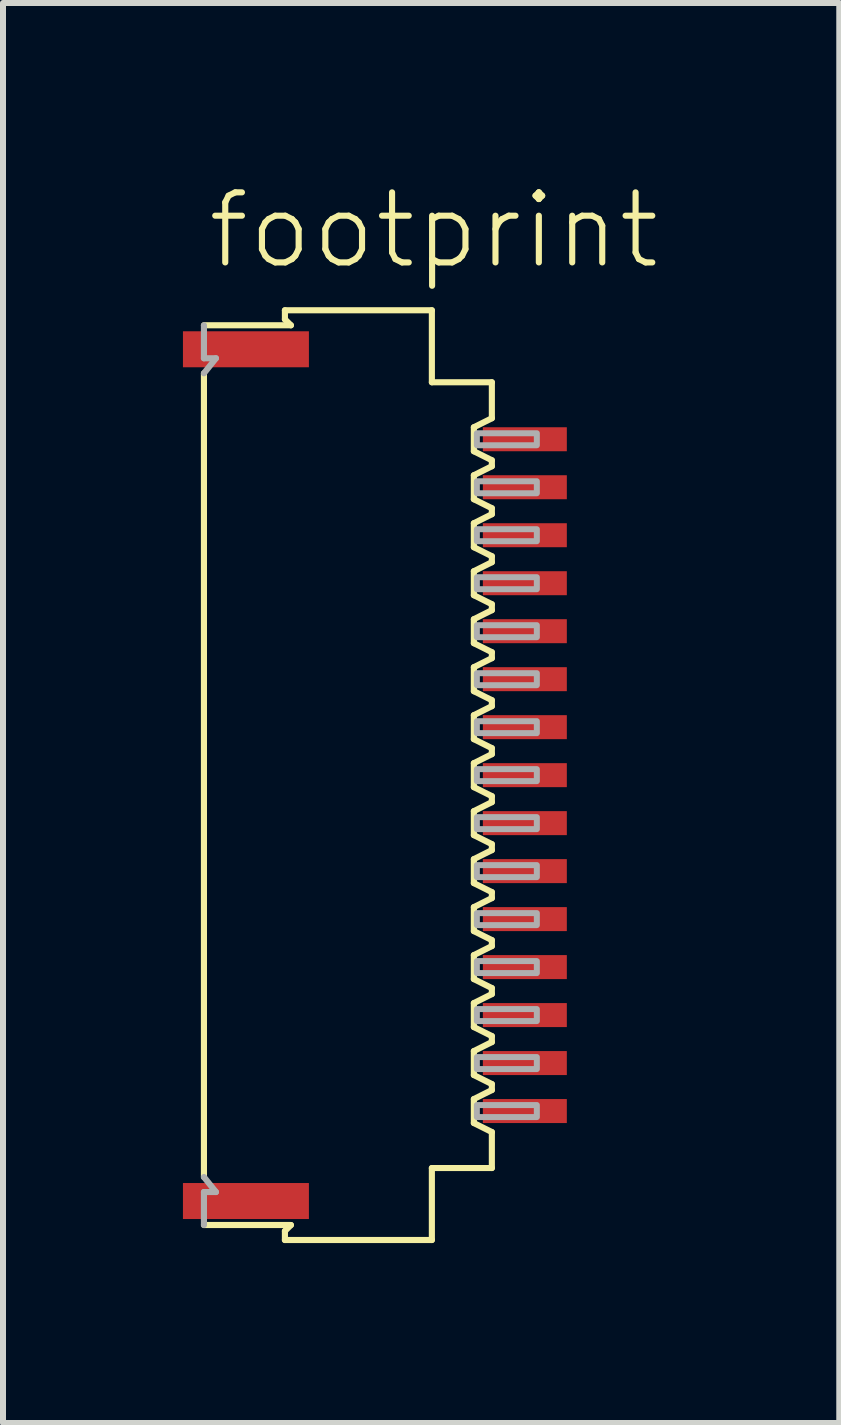
<source format=kicad_pcb>
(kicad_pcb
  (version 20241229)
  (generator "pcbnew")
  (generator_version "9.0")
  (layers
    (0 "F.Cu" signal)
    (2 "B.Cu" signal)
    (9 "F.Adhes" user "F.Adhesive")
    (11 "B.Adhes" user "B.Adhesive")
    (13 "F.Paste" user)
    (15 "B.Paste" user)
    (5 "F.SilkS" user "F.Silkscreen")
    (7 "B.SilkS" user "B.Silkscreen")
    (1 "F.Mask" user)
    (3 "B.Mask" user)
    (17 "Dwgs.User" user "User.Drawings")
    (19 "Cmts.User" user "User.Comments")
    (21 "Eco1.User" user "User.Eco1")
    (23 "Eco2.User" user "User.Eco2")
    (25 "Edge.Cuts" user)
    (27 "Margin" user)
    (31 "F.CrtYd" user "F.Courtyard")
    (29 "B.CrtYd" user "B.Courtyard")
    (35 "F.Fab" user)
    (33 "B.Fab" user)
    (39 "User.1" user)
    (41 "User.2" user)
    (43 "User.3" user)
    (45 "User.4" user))
  (footprint "footprint"
    (layer "F.Cu")
    (at 3.16 9.873)
    (property "Reference" "footprint" (at -2.8 -8.4 0) (layer "F.SilkS") (effects (font (size 1.168 1.168) (thickness 0.102)) (justify left bottom)))
    (fp_line (start -2.81 -6.7) (end -2.81 6.7) (stroke (width 0.102) (type solid)) (layer "F.SilkS"))
    (fp_line (start -1.46 -7.75) (end -1.46 -7.6) (stroke (width 0.102) (type solid)) (layer "F.SilkS"))
    (fp_line (start -1.46 -7.6) (end -1.36 -7.5) (stroke (width 0.102) (type solid)) (layer "F.SilkS"))
    (fp_line (start -1.46 7.6) (end -1.46 7.75) (stroke (width 0.102) (type solid)) (layer "F.SilkS"))
    (fp_line (start -1.36 -7.5) (end -2.81 -7.5) (stroke (width 0.102) (type solid)) (layer "F.SilkS"))
    (fp_line (start -1.36 7.5) (end -2.81 7.5) (stroke (width 0.102) (type solid)) (layer "F.SilkS"))
    (fp_line (start -1.36 7.5) (end -1.46 7.6) (stroke (width 0.102) (type solid)) (layer "F.SilkS"))
    (fp_line (start 0.99 -7.75) (end -1.46 -7.75) (stroke (width 0.102) (type solid)) (layer "F.SilkS"))
    (fp_line (start 0.99 -6.55) (end 0.99 -7.75) (stroke (width 0.102) (type solid)) (layer "F.SilkS"))
    (fp_line (start 0.99 6.55) (end 1.99 6.55) (stroke (width 0.102) (type solid)) (layer "F.SilkS"))
    (fp_line (start 0.99 7.75) (end -1.46 7.75) (stroke (width 0.102) (type solid)) (layer "F.SilkS"))
    (fp_line (start 0.99 7.75) (end 0.99 6.55) (stroke (width 0.102) (type solid)) (layer "F.SilkS"))
    (fp_line (start 1.69 -5.8) (end 1.99 -5.95) (stroke (width 0.102) (type solid)) (layer "F.SilkS"))
    (fp_line (start 1.69 -5.4) (end 1.69 -5.8) (stroke (width 0.102) (type solid)) (layer "F.SilkS"))
    (fp_line (start 1.69 -5) (end 1.69 -4.6) (stroke (width 0.102) (type solid)) (layer "F.SilkS"))
    (fp_line (start 1.69 -4.6) (end 1.99 -4.45) (stroke (width 0.102) (type solid)) (layer "F.SilkS"))
    (fp_line (start 1.69 -3.8) (end 1.69 -4.2) (stroke (width 0.102) (type solid)) (layer "F.SilkS"))
    (fp_line (start 1.69 -3.4) (end 1.69 -3) (stroke (width 0.102) (type solid)) (layer "F.SilkS"))
    (fp_line (start 1.69 -3) (end 1.99 -2.85) (stroke (width 0.102) (type solid)) (layer "F.SilkS"))
    (fp_line (start 1.69 -2.2) (end 1.69 -2.6) (stroke (width 0.102) (type solid)) (layer "F.SilkS"))
    (fp_line (start 1.69 -1.8) (end 1.69 -1.4) (stroke (width 0.102) (type solid)) (layer "F.SilkS"))
    (fp_line (start 1.69 -1.4) (end 1.99 -1.25) (stroke (width 0.102) (type solid)) (layer "F.SilkS"))
    (fp_line (start 1.69 -0.6) (end 1.69 -1) (stroke (width 0.102) (type solid)) (layer "F.SilkS"))
    (fp_line (start 1.69 -0.2) (end 1.69 0.2) (stroke (width 0.102) (type solid)) (layer "F.SilkS"))
    (fp_line (start 1.69 0.2) (end 1.99 0.35) (stroke (width 0.102) (type solid)) (layer "F.SilkS"))
    (fp_line (start 1.69 1) (end 1.69 0.6) (stroke (width 0.102) (type solid)) (layer "F.SilkS"))
    (fp_line (start 1.69 1.4) (end 1.69 1.8) (stroke (width 0.102) (type solid)) (layer "F.SilkS"))
    (fp_line (start 1.69 1.8) (end 1.99 1.95) (stroke (width 0.102) (type solid)) (layer "F.SilkS"))
    (fp_line (start 1.69 2.6) (end 1.69 2.2) (stroke (width 0.102) (type solid)) (layer "F.SilkS"))
    (fp_line (start 1.69 3) (end 1.69 3.4) (stroke (width 0.102) (type solid)) (layer "F.SilkS"))
    (fp_line (start 1.69 3.4) (end 1.99 3.55) (stroke (width 0.102) (type solid)) (layer "F.SilkS"))
    (fp_line (start 1.69 4.2) (end 1.69 3.8) (stroke (width 0.102) (type solid)) (layer "F.SilkS"))
    (fp_line (start 1.69 4.6) (end 1.69 5) (stroke (width 0.102) (type solid)) (layer "F.SilkS"))
    (fp_line (start 1.69 5) (end 1.99 5.15) (stroke (width 0.102) (type solid)) (layer "F.SilkS"))
    (fp_line (start 1.69 5.8) (end 1.69 5.4) (stroke (width 0.102) (type solid)) (layer "F.SilkS"))
    (fp_line (start 1.69 5.8) (end 1.99 5.95) (stroke (width 0.102) (type solid)) (layer "F.SilkS"))
    (fp_line (start 1.99 -6.55) (end 0.99 -6.55) (stroke (width 0.102) (type solid)) (layer "F.SilkS"))
    (fp_line (start 1.99 -5.95) (end 1.99 -6.55) (stroke (width 0.102) (type solid)) (layer "F.SilkS"))
    (fp_line (start 1.99 -5.25) (end 1.69 -5.4) (stroke (width 0.102) (type solid)) (layer "F.SilkS"))
    (fp_line (start 1.99 -5.25) (end 1.99 -5.15) (stroke (width 0.102) (type solid)) (layer "F.SilkS"))
    (fp_line (start 1.99 -5.15) (end 1.69 -5) (stroke (width 0.102) (type solid)) (layer "F.SilkS"))
    (fp_line (start 1.99 -4.45) (end 1.99 -4.35) (stroke (width 0.102) (type solid)) (layer "F.SilkS"))
    (fp_line (start 1.99 -4.35) (end 1.69 -4.2) (stroke (width 0.102) (type solid)) (layer "F.SilkS"))
    (fp_line (start 1.99 -3.65) (end 1.69 -3.8) (stroke (width 0.102) (type solid)) (layer "F.SilkS"))
    (fp_line (start 1.99 -3.65) (end 1.99 -3.55) (stroke (width 0.102) (type solid)) (layer "F.SilkS"))
    (fp_line (start 1.99 -3.55) (end 1.69 -3.4) (stroke (width 0.102) (type solid)) (layer "F.SilkS"))
    (fp_line (start 1.99 -2.85) (end 1.99 -2.75) (stroke (width 0.102) (type solid)) (layer "F.SilkS"))
    (fp_line (start 1.99 -2.75) (end 1.69 -2.6) (stroke (width 0.102) (type solid)) (layer "F.SilkS"))
    (fp_line (start 1.99 -2.05) (end 1.69 -2.2) (stroke (width 0.102) (type solid)) (layer "F.SilkS"))
    (fp_line (start 1.99 -2.05) (end 1.99 -1.95) (stroke (width 0.102) (type solid)) (layer "F.SilkS"))
    (fp_line (start 1.99 -1.95) (end 1.69 -1.8) (stroke (width 0.102) (type solid)) (layer "F.SilkS"))
    (fp_line (start 1.99 -1.25) (end 1.99 -1.15) (stroke (width 0.102) (type solid)) (layer "F.SilkS"))
    (fp_line (start 1.99 -1.15) (end 1.69 -1) (stroke (width 0.102) (type solid)) (layer "F.SilkS"))
    (fp_line (start 1.99 -0.45) (end 1.69 -0.6) (stroke (width 0.102) (type solid)) (layer "F.SilkS"))
    (fp_line (start 1.99 -0.45) (end 1.99 -0.35) (stroke (width 0.102) (type solid)) (layer "F.SilkS"))
    (fp_line (start 1.99 -0.35) (end 1.69 -0.2) (stroke (width 0.102) (type solid)) (layer "F.SilkS"))
    (fp_line (start 1.99 0.35) (end 1.99 0.45) (stroke (width 0.102) (type solid)) (layer "F.SilkS"))
    (fp_line (start 1.99 0.45) (end 1.69 0.6) (stroke (width 0.102) (type solid)) (layer "F.SilkS"))
    (fp_line (start 1.99 1.15) (end 1.69 1) (stroke (width 0.102) (type solid)) (layer "F.SilkS"))
    (fp_line (start 1.99 1.15) (end 1.99 1.25) (stroke (width 0.102) (type solid)) (layer "F.SilkS"))
    (fp_line (start 1.99 1.25) (end 1.69 1.4) (stroke (width 0.102) (type solid)) (layer "F.SilkS"))
    (fp_line (start 1.99 1.95) (end 1.99 2.05) (stroke (width 0.102) (type solid)) (layer "F.SilkS"))
    (fp_line (start 1.99 2.05) (end 1.69 2.2) (stroke (width 0.102) (type solid)) (layer "F.SilkS"))
    (fp_line (start 1.99 2.75) (end 1.69 2.6) (stroke (width 0.102) (type solid)) (layer "F.SilkS"))
    (fp_line (start 1.99 2.75) (end 1.99 2.85) (stroke (width 0.102) (type solid)) (layer "F.SilkS"))
    (fp_line (start 1.99 2.85) (end 1.69 3) (stroke (width 0.102) (type solid)) (layer "F.SilkS"))
    (fp_line (start 1.99 3.55) (end 1.99 3.65) (stroke (width 0.102) (type solid)) (layer "F.SilkS"))
    (fp_line (start 1.99 3.65) (end 1.69 3.8) (stroke (width 0.102) (type solid)) (layer "F.SilkS"))
    (fp_line (start 1.99 4.35) (end 1.69 4.2) (stroke (width 0.102) (type solid)) (layer "F.SilkS"))
    (fp_line (start 1.99 4.35) (end 1.99 4.45) (stroke (width 0.102) (type solid)) (layer "F.SilkS"))
    (fp_line (start 1.99 4.45) (end 1.69 4.6) (stroke (width 0.102) (type solid)) (layer "F.SilkS"))
    (fp_line (start 1.99 5.15) (end 1.99 5.25) (stroke (width 0.102) (type solid)) (layer "F.SilkS"))
    (fp_line (start 1.99 5.25) (end 1.69 5.4) (stroke (width 0.102) (type solid)) (layer "F.SilkS"))
    (fp_line (start 1.99 6.55) (end 1.99 5.95) (stroke (width 0.102) (type solid)) (layer "F.SilkS"))
    (fp_line (start -2.81 -7.5) (end -2.81 -6.95) (stroke (width 0.102) (type solid)) (layer "F.Fab"))
    (fp_line (start -2.81 -6.95) (end -2.61 -6.95) (stroke (width 0.102) (type solid)) (layer "F.Fab"))
    (fp_line (start -2.81 6.7) (end -2.61 6.95) (stroke (width 0.102) (type solid)) (layer "F.Fab"))
    (fp_line (start -2.81 6.95) (end -2.81 7.5) (stroke (width 0.102) (type solid)) (layer "F.Fab"))
    (fp_line (start -2.81 6.95) (end -2.61 6.95) (stroke (width 0.102) (type solid)) (layer "F.Fab"))
    (fp_line (start -2.61 -6.95) (end -2.81 -6.7) (stroke (width 0.102) (type solid)) (layer "F.Fab"))
    (fp_poly (pts (xy 1.74 -5.5) (xy 2.74 -5.5) (xy 2.74 -5.7) (xy 1.74 -5.7)) (stroke (width 0.1) (type solid)) (fill no) (layer "F.Fab"))
    (fp_poly (pts (xy 1.74 -4.7) (xy 2.74 -4.7) (xy 2.74 -4.9) (xy 1.74 -4.9)) (stroke (width 0.1) (type solid)) (fill no) (layer "F.Fab"))
    (fp_poly (pts (xy 1.74 -3.9) (xy 2.74 -3.9) (xy 2.74 -4.1) (xy 1.74 -4.1)) (stroke (width 0.1) (type solid)) (fill no) (layer "F.Fab"))
    (fp_poly (pts (xy 1.74 -3.1) (xy 2.74 -3.1) (xy 2.74 -3.3) (xy 1.74 -3.3)) (stroke (width 0.1) (type solid)) (fill no) (layer "F.Fab"))
    (fp_poly (pts (xy 1.74 -2.3) (xy 2.74 -2.3) (xy 2.74 -2.5) (xy 1.74 -2.5)) (stroke (width 0.1) (type solid)) (fill no) (layer "F.Fab"))
    (fp_poly (pts (xy 1.74 -1.5) (xy 2.74 -1.5) (xy 2.74 -1.7) (xy 1.74 -1.7)) (stroke (width 0.1) (type solid)) (fill no) (layer "F.Fab"))
    (fp_poly (pts (xy 1.74 -0.7) (xy 2.74 -0.7) (xy 2.74 -0.9) (xy 1.74 -0.9)) (stroke (width 0.1) (type solid)) (fill no) (layer "F.Fab"))
    (fp_poly (pts (xy 1.74 0.1) (xy 2.74 0.1) (xy 2.74 -0.1) (xy 1.74 -0.1)) (stroke (width 0.1) (type solid)) (fill no) (layer "F.Fab"))
    (fp_poly (pts (xy 1.74 0.9) (xy 2.74 0.9) (xy 2.74 0.7) (xy 1.74 0.7)) (stroke (width 0.1) (type solid)) (fill no) (layer "F.Fab"))
    (fp_poly (pts (xy 1.74 1.7) (xy 2.74 1.7) (xy 2.74 1.5) (xy 1.74 1.5)) (stroke (width 0.1) (type solid)) (fill no) (layer "F.Fab"))
    (fp_poly (pts (xy 1.74 2.5) (xy 2.74 2.5) (xy 2.74 2.3) (xy 1.74 2.3)) (stroke (width 0.1) (type solid)) (fill no) (layer "F.Fab"))
    (fp_poly (pts (xy 1.74 3.3) (xy 2.74 3.3) (xy 2.74 3.1) (xy 1.74 3.1)) (stroke (width 0.1) (type solid)) (fill no) (layer "F.Fab"))
    (fp_poly (pts (xy 1.74 4.1) (xy 2.74 4.1) (xy 2.74 3.9) (xy 1.74 3.9)) (stroke (width 0.1) (type solid)) (fill no) (layer "F.Fab"))
    (fp_poly (pts (xy 1.74 4.9) (xy 2.74 4.9) (xy 2.74 4.7) (xy 1.74 4.7)) (stroke (width 0.1) (type solid)) (fill no) (layer "F.Fab"))
    (fp_poly (pts (xy 1.74 5.7) (xy 2.74 5.7) (xy 2.74 5.5) (xy 1.74 5.5)) (stroke (width 0.1) (type solid)) (fill no) (layer "F.Fab"))
    (pad "1" smd rect (at 2.54 -5.6) (size 1.4 0.4) (layers "F.Cu" "F.Mask" "F.Paste"))
    (pad "2" smd rect (at 2.54 -4.8) (size 1.4 0.4) (layers "F.Cu" "F.Mask" "F.Paste"))
    (pad "3" smd rect (at 2.54 -4) (size 1.4 0.4) (layers "F.Cu" "F.Mask" "F.Paste"))
    (pad "4" smd rect (at 2.54 -3.2) (size 1.4 0.4) (layers "F.Cu" "F.Mask" "F.Paste"))
    (pad "5" smd rect (at 2.54 -2.4) (size 1.4 0.4) (layers "F.Cu" "F.Mask" "F.Paste"))
    (pad "6" smd rect (at 2.54 -1.6) (size 1.4 0.4) (layers "F.Cu" "F.Mask" "F.Paste"))
    (pad "7" smd rect (at 2.54 -0.8) (size 1.4 0.4) (layers "F.Cu" "F.Mask" "F.Paste"))
    (pad "8" smd rect (at 2.54 0) (size 1.4 0.4) (layers "F.Cu" "F.Mask" "F.Paste"))
    (pad "9" smd rect (at 2.54 0.8) (size 1.4 0.4) (layers "F.Cu" "F.Mask" "F.Paste"))
    (pad "10" smd rect (at 2.54 1.6) (size 1.4 0.4) (layers "F.Cu" "F.Mask" "F.Paste"))
    (pad "11" smd rect (at 2.54 2.4) (size 1.4 0.4) (layers "F.Cu" "F.Mask" "F.Paste"))
    (pad "12" smd rect (at 2.54 3.2) (size 1.4 0.4) (layers "F.Cu" "F.Mask" "F.Paste"))
    (pad "13" smd rect (at 2.54 4) (size 1.4 0.4) (layers "F.Cu" "F.Mask" "F.Paste"))
    (pad "14" smd rect (at 2.54 4.8) (size 1.4 0.4) (layers "F.Cu" "F.Mask" "F.Paste"))
    (pad "15" smd rect (at 2.54 5.6) (size 1.4 0.4) (layers "F.Cu" "F.Mask" "F.Paste"))
    (pad "M1" smd rect (at -2.11 -7.1) (size 2.1 0.6) (layers "F.Cu" "F.Mask" "F.Paste"))
    (pad "M2" smd rect (at -2.11 7.1) (size 2.1 0.6) (layers "F.Cu" "F.Mask" "F.Paste")))
  (gr_rect
    (start -3 -3)
    (end 10.942 20.674)
    (stroke (width 0.1) (type default))
    (fill no)
    (layer "Edge.Cuts")))
</source>
